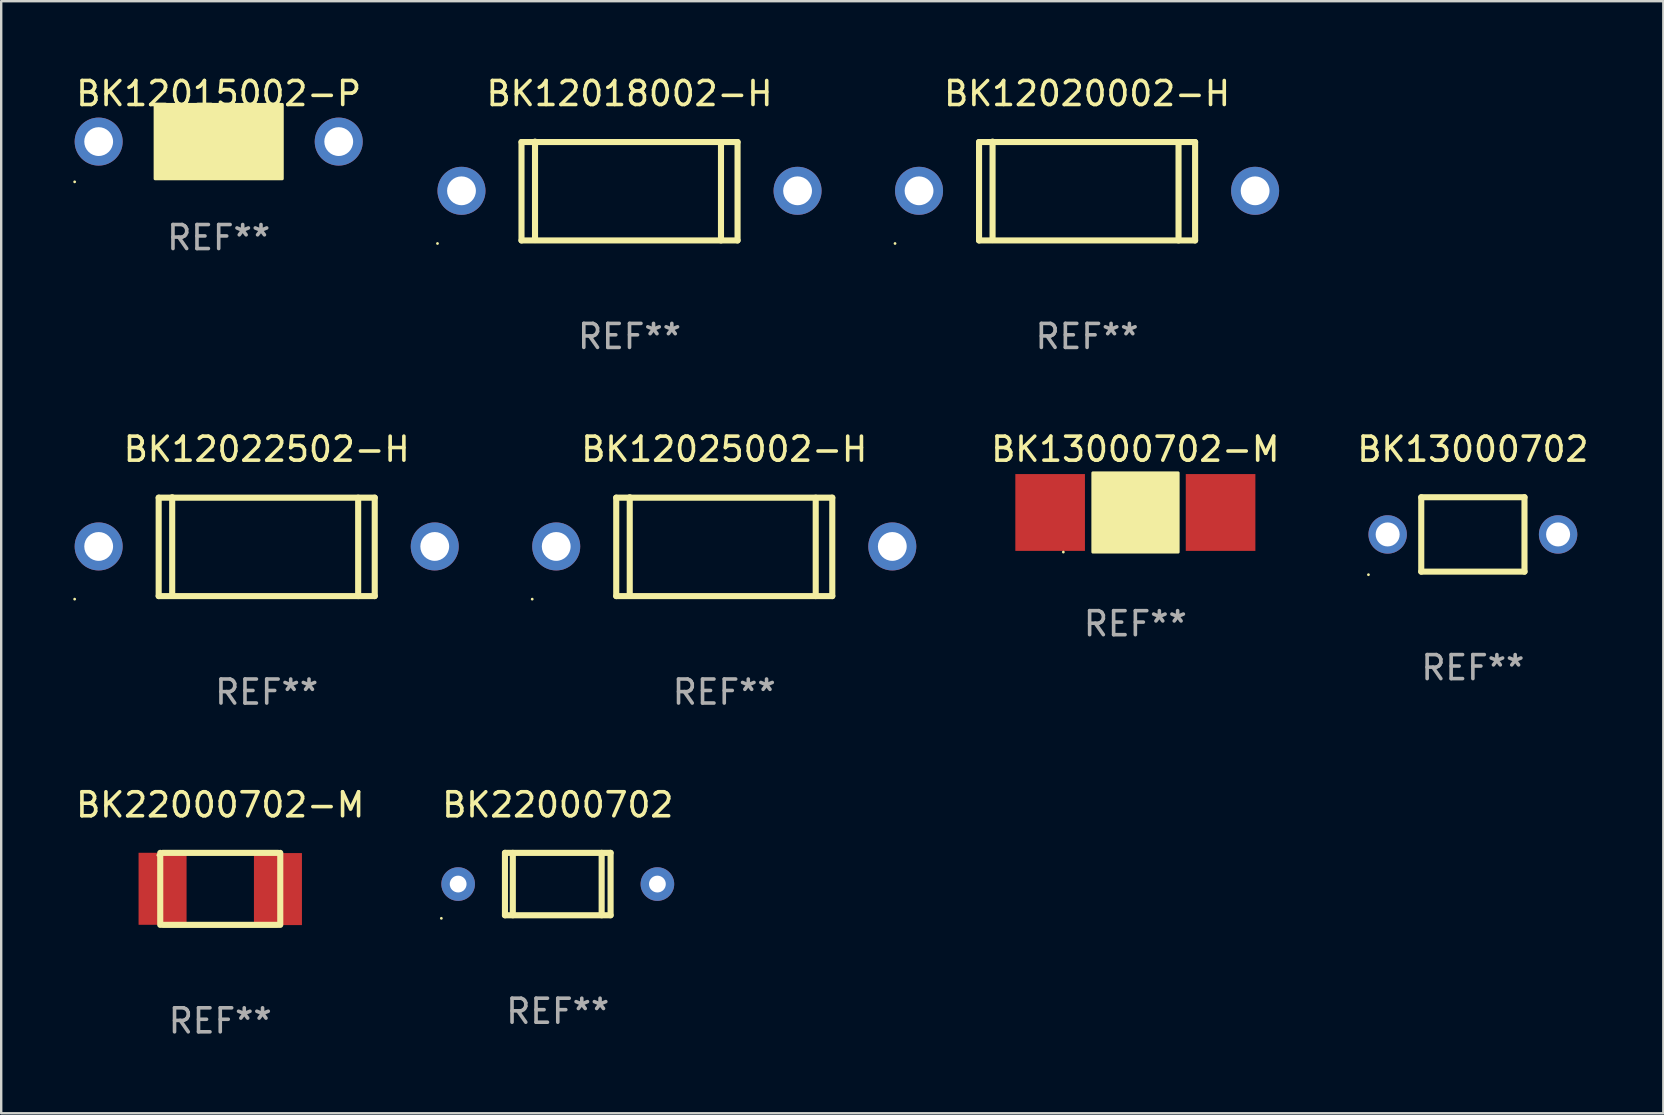
<source format=kicad_pcb>
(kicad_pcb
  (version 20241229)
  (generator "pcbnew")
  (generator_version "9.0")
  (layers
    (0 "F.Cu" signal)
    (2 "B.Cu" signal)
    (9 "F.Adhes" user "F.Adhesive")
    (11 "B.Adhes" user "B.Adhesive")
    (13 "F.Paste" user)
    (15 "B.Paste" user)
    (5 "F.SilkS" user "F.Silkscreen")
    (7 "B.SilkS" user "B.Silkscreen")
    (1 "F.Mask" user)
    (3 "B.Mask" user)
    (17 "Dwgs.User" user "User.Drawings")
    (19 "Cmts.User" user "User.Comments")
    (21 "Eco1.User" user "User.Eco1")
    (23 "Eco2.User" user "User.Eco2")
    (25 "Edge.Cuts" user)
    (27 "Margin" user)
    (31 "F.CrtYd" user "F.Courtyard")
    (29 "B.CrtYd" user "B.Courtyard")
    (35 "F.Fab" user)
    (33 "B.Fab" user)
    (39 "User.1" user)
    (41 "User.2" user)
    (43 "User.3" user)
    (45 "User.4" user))
  (footprint "BK22000702"
    (layer "F.Cu")
    (at 20.185 33.777)
    (property "Reference" "BK22000702" (at 0 -3.3 0) (layer "F.SilkS") (effects (font (size 1 1) (thickness 0.15))))
    (attr through_hole)
    (fp_line (start -2.2 1.3) (end -2.2 -1.3) (stroke (width 0.254) (type solid)) (layer "F.SilkS"))
    (fp_line (start -2.2 1.3) (end 2.2 1.3) (stroke (width 0.254) (type solid)) (layer "F.SilkS"))
    (fp_line (start -1.873 -1.3) (end -1.873 1.3) (stroke (width 0.254) (type solid)) (layer "F.SilkS"))
    (fp_line (start 1.828 -1.3) (end 1.828 1.3) (stroke (width 0.254) (type solid)) (layer "F.SilkS"))
    (fp_line (start 2.2 -1.3) (end -2.2 -1.3) (stroke (width 0.254) (type solid)) (layer "F.SilkS"))
    (fp_line (start 2.2 1.3) (end 2.2 -1.3) (stroke (width 0.254) (type solid)) (layer "F.SilkS"))
    (fp_circle (center -4.85 1.427) (end -4.82 1.427) (stroke (width 0.06) (type solid)) (fill no) (layer "F.SilkS"))
    (fp_text user "REF**" (at 0 5.3 0) (layer "F.Fab") (effects (font (size 1 1) (thickness 0.15))))
    (pad "1" thru_hole circle (at -4.15 0) (size 1.4 1.4) (drill 0.7) (layers "*.Cu" "*.Mask"))
    (pad "2" thru_hole circle (at 4.15 0) (size 1.4 1.4) (drill 0.7) (layers "*.Cu" "*.Mask")))
  (footprint "BK12022502-H"
    (layer "F.Cu")
    (at 8.06 19.722)
    (property "Reference" "BK12022502-H" (at 0 -4.059 0) (layer "F.SilkS") (effects (font (size 1 1) (thickness 0.15))))
    (attr through_hole)
    (fp_line (start -4.5 2.059) (end 4.5 2.059) (stroke (width 0.254) (type solid)) (layer "F.SilkS"))
    (fp_line (start -4.5 -2.041) (end -4.5 2.059) (stroke (width 0.254) (type solid)) (layer "F.SilkS"))
    (fp_line (start -3.937 -2.059) (end -3.937 2.041) (stroke (width 0.254) (type solid)) (layer "F.SilkS"))
    (fp_line (start 3.81 -2.041) (end 3.81 2.059) (stroke (width 0.254) (type solid)) (layer "F.SilkS"))
    (fp_line (start 4.5 -2.041) (end -4.5 -2.041) (stroke (width 0.254) (type solid)) (layer "F.SilkS"))
    (fp_line (start 4.5 -2.041) (end 4.5 2.059) (stroke (width 0.254) (type solid)) (layer "F.SilkS"))
    (fp_circle (center -8 2.186) (end -7.97 2.186) (stroke (width 0.06) (type solid)) (fill no) (layer "F.SilkS"))
    (fp_text user "REF**" (at 0 6.059 0) (layer "F.Fab") (effects (font (size 1 1) (thickness 0.15))))
    (pad "1" thru_hole circle (at -7 -0.009) (size 2 2) (drill 1.2) (layers "*.Cu" "*.Mask"))
    (pad "2" thru_hole circle (at 7 -0.009) (size 2 2) (drill 1.2) (layers "*.Cu" "*.Mask")))
  (footprint "BK12015002-P"
    (layer "F.Cu")
    (at 6.06 2.848)
    (property "Reference" "BK12015002-P" (at 0 -2 0) (layer "F.SilkS") (effects (font (size 1 1) (thickness 0.15))))
    (attr through_hole)
    (fp_circle (center -6 1.677) (end -5.97 1.677) (stroke (width 0.06) (type solid)) (fill no) (layer "F.SilkS"))
    (fp_poly (pts (xy -2.65 -1.55) (xy 2.65 -1.55) (xy 2.65 1.55) (xy -2.65 1.55)) (stroke (width 0.12) (type solid)) (fill yes) (layer "F.SilkS"))
    (fp_text user "REF**" (at 0 4 0) (layer "F.Fab") (effects (font (size 1 1) (thickness 0.15))))
    (pad "1" thru_hole circle (at -5 0) (size 2 2) (drill 1.2) (layers "*.Cu" "*.Mask"))
    (pad "2" thru_hole circle (at 5 0) (size 2 2) (drill 1.2) (layers "*.Cu" "*.Mask")))
  (footprint "BK13000702"
    (layer "F.Cu")
    (at 58.305 19.213)
    (property "Reference" "BK13000702" (at 0 -3.55 0) (layer "F.SilkS") (effects (font (size 1 1) (thickness 0.15))))
    (attr through_hole)
    (fp_line (start -2.15 -1.55) (end 2.15 -1.55) (stroke (width 0.254) (type solid)) (layer "F.SilkS"))
    (fp_line (start -2.15 1.55) (end -2.15 -1.55) (stroke (width 0.254) (type solid)) (layer "F.SilkS"))
    (fp_line (start 2.15 -1.55) (end 2.15 1.549) (stroke (width 0.254) (type solid)) (layer "F.SilkS"))
    (fp_line (start 2.15 1.55) (end -2.15 1.55) (stroke (width 0.254) (type solid)) (layer "F.SilkS"))
    (fp_circle (center -4.35 1.677) (end -4.32 1.677) (stroke (width 0.06) (type solid)) (fill no) (layer "F.SilkS"))
    (fp_text user "REF**" (at 0 5.55 0) (layer "F.Fab") (effects (font (size 1 1) (thickness 0.15))))
    (pad "1" thru_hole circle (at -3.55 0) (size 1.6 1.6) (drill 1) (layers "*.Cu" "*.Mask"))
    (pad "2" thru_hole circle (at 3.55 0) (size 1.6 1.6) (drill 1) (layers "*.Cu" "*.Mask")))
  (footprint "BK13000702-M"
    (layer "F.Cu")
    (at 44.245 18.298)
    (property "Reference" "BK13000702-M" (at 0 -2.635 0) (layer "F.SilkS") (effects (font (size 1 1) (thickness 0.15))))
    (attr through_hole)
    (fp_line (start -0.636 -0.635) (end -0.255 -0.254) (stroke (width 0.254) (type solid)) (layer "F.SilkS"))
    (fp_line (start -0.636 0.635) (end -0.636 -0.635) (stroke (width 0.254) (type solid)) (layer "F.SilkS"))
    (fp_line (start -0.509 -0.508) (end 0.634 0.635) (stroke (width 0.254) (type solid)) (layer "F.SilkS"))
    (fp_line (start 0.634 -0.635) (end -0.636 0.635) (stroke (width 0.254) (type solid)) (layer "F.SilkS"))
    (fp_line (start 0.634 0.635) (end 0.634 -0.635) (stroke (width 0.254) (type solid)) (layer "F.SilkS"))
    (fp_circle (center -3 1.65) (end -2.97 1.65) (stroke (width 0.06) (type solid)) (fill no) (layer "F.SilkS"))
    (fp_poly (pts (xy -1.772 -1.651) (xy 1.784 -1.651) (xy 1.784 1.651) (xy -1.772 1.651)) (stroke (width 0.12) (type solid)) (fill yes) (layer "F.SilkS"))
    (fp_text user "REF**" (at 0 4.635 0) (layer "F.Fab") (effects (font (size 1 1) (thickness 0.15))))
    (pad "1" smd rect (at -3.55 0) (size 2.9 3.2) (layers "F.Cu" "F.Mask" "F.Paste"))
    (pad "2" smd rect (at 3.55 0) (size 2.9 3.2) (layers "F.Cu" "F.Mask" "F.Paste")))
  (footprint "BK12020002-H"
    (layer "F.Cu")
    (at 42.234 4.907)
    (property "Reference" "BK12020002-H" (at 0 -4.059 0) (layer "F.SilkS") (effects (font (size 1 1) (thickness 0.15))))
    (attr through_hole)
    (fp_line (start -4.5 2.059) (end 4.5 2.059) (stroke (width 0.254) (type solid)) (layer "F.SilkS"))
    (fp_line (start -4.5 -2.041) (end -4.5 2.059) (stroke (width 0.254) (type solid)) (layer "F.SilkS"))
    (fp_line (start -3.937 -2.059) (end -3.937 2.041) (stroke (width 0.254) (type solid)) (layer "F.SilkS"))
    (fp_line (start 3.81 -2.041) (end 3.81 2.059) (stroke (width 0.254) (type solid)) (layer "F.SilkS"))
    (fp_line (start 4.5 -2.041) (end -4.5 -2.041) (stroke (width 0.254) (type solid)) (layer "F.SilkS"))
    (fp_line (start 4.5 -2.041) (end 4.5 2.059) (stroke (width 0.254) (type solid)) (layer "F.SilkS"))
    (fp_circle (center -8 2.186) (end -7.97 2.186) (stroke (width 0.06) (type solid)) (fill no) (layer "F.SilkS"))
    (fp_text user "REF**" (at 0 6.059 0) (layer "F.Fab") (effects (font (size 1 1) (thickness 0.15))))
    (pad "1" thru_hole circle (at -7 -0.009) (size 2 2) (drill 1.2) (layers "*.Cu" "*.Mask"))
    (pad "2" thru_hole circle (at 7 -0.009) (size 2 2) (drill 1.2) (layers "*.Cu" "*.Mask")))
  (footprint "BK22000702-M"
    (layer "F.Cu")
    (at 6.125 33.977)
    (property "Reference" "BK22000702-M" (at 0 -3.5 0) (layer "F.SilkS") (effects (font (size 1 1) (thickness 0.15))))
    (attr through_hole)
    (fp_line (start -2.5 -1.5) (end -2.5 1.5) (stroke (width 0.254) (type solid)) (layer "F.SilkS"))
    (fp_line (start -2.393 -1.5) (end 2.407 -1.5) (stroke (width 0.254) (type solid)) (layer "F.SilkS"))
    (fp_line (start 2.407 1.5) (end -2.393 1.5) (stroke (width 0.254) (type solid)) (layer "F.SilkS"))
    (fp_line (start 2.5 -1.5) (end 2.5 1.5) (stroke (width 0.254) (type solid)) (layer "F.SilkS"))
    (fp_circle (center -2.603 -1.403) (end -2.573 -1.403) (stroke (width 0.06) (type solid)) (fill no) (layer "F.SilkS"))
    (fp_text user "REF**" (at 0 5.5 0) (layer "F.Fab") (effects (font (size 1 1) (thickness 0.15))))
    (pad "1" smd rect (at -2.403 -0.003) (size 2 3) (layers "F.Cu" "F.Mask" "F.Paste"))
    (pad "2" smd rect (at 2.403 0.009) (size 2 3) (layers "F.Cu" "F.Mask" "F.Paste")))
  (footprint "BK12025002-H"
    (layer "F.Cu")
    (at 27.12 19.722)
    (property "Reference" "BK12025002-H" (at 0 -4.059 0) (layer "F.SilkS") (effects (font (size 1 1) (thickness 0.15))))
    (attr through_hole)
    (fp_line (start -4.5 2.059) (end 4.5 2.059) (stroke (width 0.254) (type solid)) (layer "F.SilkS"))
    (fp_line (start -4.5 -2.041) (end -4.5 2.059) (stroke (width 0.254) (type solid)) (layer "F.SilkS"))
    (fp_line (start -3.937 -2.059) (end -3.937 2.041) (stroke (width 0.254) (type solid)) (layer "F.SilkS"))
    (fp_line (start 3.81 -2.041) (end 3.81 2.059) (stroke (width 0.254) (type solid)) (layer "F.SilkS"))
    (fp_line (start 4.5 -2.041) (end -4.5 -2.041) (stroke (width 0.254) (type solid)) (layer "F.SilkS"))
    (fp_line (start 4.5 -2.041) (end 4.5 2.059) (stroke (width 0.254) (type solid)) (layer "F.SilkS"))
    (fp_circle (center -8 2.186) (end -7.97 2.186) (stroke (width 0.06) (type solid)) (fill no) (layer "F.SilkS"))
    (fp_text user "REF**" (at 0 6.059 0) (layer "F.Fab") (effects (font (size 1 1) (thickness 0.15))))
    (pad "1" thru_hole circle (at -7 -0.009) (size 2 2) (drill 1.2) (layers "*.Cu" "*.Mask"))
    (pad "2" thru_hole circle (at 7 -0.009) (size 2 2) (drill 1.2) (layers "*.Cu" "*.Mask")))
  (footprint "BK12018002-H"
    (layer "F.Cu")
    (at 23.174 4.907)
    (property "Reference" "BK12018002-H" (at 0 -4.059 0) (layer "F.SilkS") (effects (font (size 1 1) (thickness 0.15))))
    (attr through_hole)
    (fp_line (start -4.5 2.059) (end 4.5 2.059) (stroke (width 0.254) (type solid)) (layer "F.SilkS"))
    (fp_line (start -4.5 -2.041) (end -4.5 2.059) (stroke (width 0.254) (type solid)) (layer "F.SilkS"))
    (fp_line (start -3.937 -2.059) (end -3.937 2.041) (stroke (width 0.254) (type solid)) (layer "F.SilkS"))
    (fp_line (start 3.81 -2.041) (end 3.81 2.059) (stroke (width 0.254) (type solid)) (layer "F.SilkS"))
    (fp_line (start 4.5 -2.041) (end -4.5 -2.041) (stroke (width 0.254) (type solid)) (layer "F.SilkS"))
    (fp_line (start 4.5 -2.041) (end 4.5 2.059) (stroke (width 0.254) (type solid)) (layer "F.SilkS"))
    (fp_circle (center -8 2.186) (end -7.97 2.186) (stroke (width 0.06) (type solid)) (fill no) (layer "F.SilkS"))
    (fp_text user "REF**" (at 0 6.059 0) (layer "F.Fab") (effects (font (size 1 1) (thickness 0.15))))
    (pad "1" thru_hole circle (at -7 -0.009) (size 2 2) (drill 1.2) (layers "*.Cu" "*.Mask"))
    (pad "2" thru_hole circle (at 7 -0.009) (size 2 2) (drill 1.2) (layers "*.Cu" "*.Mask")))
  (gr_rect
    (start -3 -3)
    (end 66.239 43.326)
    (stroke (width 0.1) (type default))
    (fill no)
    (layer "Edge.Cuts")))
</source>
